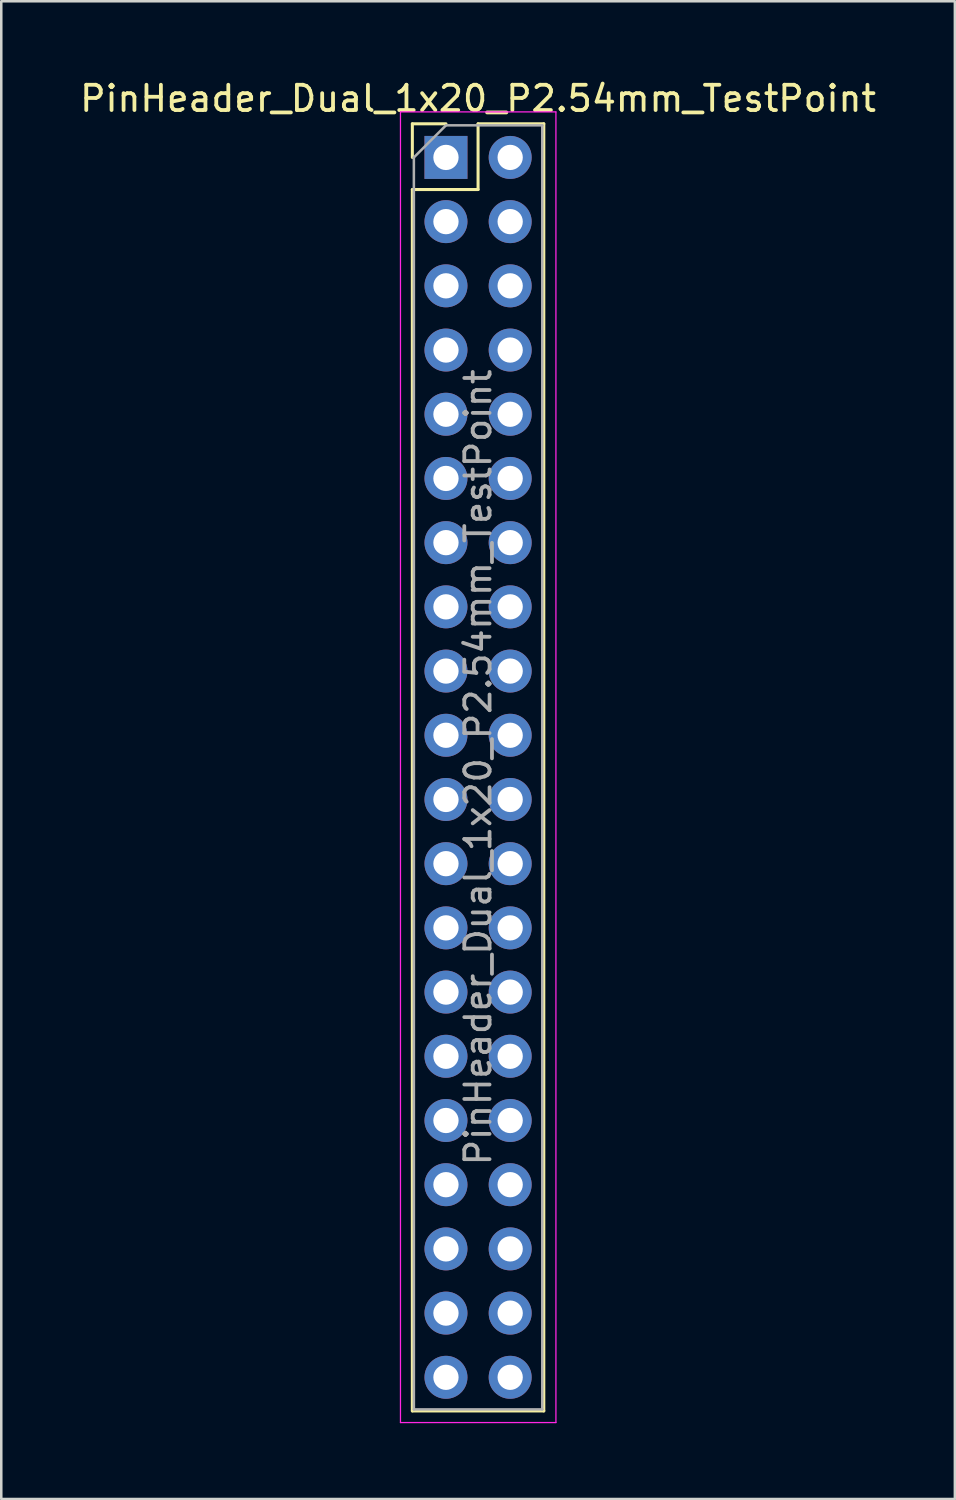
<source format=kicad_pcb>
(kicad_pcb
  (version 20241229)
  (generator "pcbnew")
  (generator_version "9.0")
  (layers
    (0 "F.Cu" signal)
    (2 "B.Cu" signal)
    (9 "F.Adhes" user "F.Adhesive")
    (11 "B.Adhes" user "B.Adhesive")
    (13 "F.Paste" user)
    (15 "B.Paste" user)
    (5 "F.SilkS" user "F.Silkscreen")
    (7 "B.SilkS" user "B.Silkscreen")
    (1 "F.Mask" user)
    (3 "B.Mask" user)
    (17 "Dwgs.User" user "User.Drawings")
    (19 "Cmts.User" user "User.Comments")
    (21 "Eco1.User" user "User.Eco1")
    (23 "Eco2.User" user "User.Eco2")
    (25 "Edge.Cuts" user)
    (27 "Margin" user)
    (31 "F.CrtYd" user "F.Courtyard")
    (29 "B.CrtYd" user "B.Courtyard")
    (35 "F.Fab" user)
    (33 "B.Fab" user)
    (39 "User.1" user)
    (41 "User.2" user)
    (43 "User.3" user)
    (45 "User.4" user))
  (footprint "PinHeader_Dual_1x20_P2.54mm_TestPoint"
    (layer "F.Cu")
    (at 14.593 3.178)
    (property "Reference" "PinHeader_Dual_1x20_P2.54mm_TestPoint" (at 1.27 -2.33 0) (layer "F.SilkS") (effects (font (size 1 1) (thickness 0.15))))
    (attr through_hole)
    (fp_line (start -1.33 -1.33) (end 0 -1.33) (stroke (width 0.12) (type solid)) (layer "F.SilkS"))
    (fp_line (start -1.33 0) (end -1.33 -1.33) (stroke (width 0.12) (type solid)) (layer "F.SilkS"))
    (fp_line (start -1.33 1.27) (end -1.33 49.59) (stroke (width 0.12) (type solid)) (layer "F.SilkS"))
    (fp_line (start -1.33 1.27) (end 1.27 1.27) (stroke (width 0.12) (type solid)) (layer "F.SilkS"))
    (fp_line (start -1.33 49.59) (end 3.87 49.59) (stroke (width 0.12) (type solid)) (layer "F.SilkS"))
    (fp_line (start 1.27 -1.33) (end 3.87 -1.33) (stroke (width 0.12) (type solid)) (layer "F.SilkS"))
    (fp_line (start 1.27 1.27) (end 1.27 -1.33) (stroke (width 0.12) (type solid)) (layer "F.SilkS"))
    (fp_line (start 3.87 -1.33) (end 3.87 49.59) (stroke (width 0.12) (type solid)) (layer "F.SilkS"))
    (fp_line (start -1.8 -1.8) (end -1.8 50.05) (stroke (width 0.05) (type solid)) (layer "F.CrtYd"))
    (fp_line (start -1.8 50.05) (end 4.35 50.05) (stroke (width 0.05) (type solid)) (layer "F.CrtYd"))
    (fp_line (start 4.35 -1.8) (end -1.8 -1.8) (stroke (width 0.05) (type solid)) (layer "F.CrtYd"))
    (fp_line (start 4.35 50.05) (end 4.35 -1.8) (stroke (width 0.05) (type solid)) (layer "F.CrtYd"))
    (fp_line (start -1.27 0) (end 0 -1.27) (stroke (width 0.1) (type solid)) (layer "F.Fab"))
    (fp_line (start -1.27 49.53) (end -1.27 0) (stroke (width 0.1) (type solid)) (layer "F.Fab"))
    (fp_line (start 0 -1.27) (end 3.81 -1.27) (stroke (width 0.1) (type solid)) (layer "F.Fab"))
    (fp_line (start 3.81 -1.27) (end 3.81 49.53) (stroke (width 0.1) (type solid)) (layer "F.Fab"))
    (fp_line (start 3.81 49.53) (end -1.27 49.53) (stroke (width 0.1) (type solid)) (layer "F.Fab"))
    (fp_text user "${REFERENCE}" (at 1.27 24.13 90) (layer "F.Fab") (effects (font (size 1 1) (thickness 0.15))))
    (pad "1" thru_hole rect (at 0 0) (size 1.7 1.7) (drill 1) (layers "*.Cu" "*.Mask"))
    (pad "2" thru_hole oval (at 2.54 0) (size 1.7 1.7) (drill 1) (layers "*.Cu" "*.Mask"))
    (pad "3" thru_hole oval (at 0 2.54) (size 1.7 1.7) (drill 1) (layers "*.Cu" "*.Mask"))
    (pad "4" thru_hole oval (at 2.54 2.54) (size 1.7 1.7) (drill 1) (layers "*.Cu" "*.Mask"))
    (pad "5" thru_hole oval (at 0 5.08) (size 1.7 1.7) (drill 1) (layers "*.Cu" "*.Mask"))
    (pad "6" thru_hole oval (at 2.54 5.08) (size 1.7 1.7) (drill 1) (layers "*.Cu" "*.Mask"))
    (pad "7" thru_hole oval (at 0 7.62) (size 1.7 1.7) (drill 1) (layers "*.Cu" "*.Mask"))
    (pad "8" thru_hole oval (at 2.54 7.62) (size 1.7 1.7) (drill 1) (layers "*.Cu" "*.Mask"))
    (pad "9" thru_hole oval (at 0 10.16) (size 1.7 1.7) (drill 1) (layers "*.Cu" "*.Mask"))
    (pad "10" thru_hole oval (at 2.54 10.16) (size 1.7 1.7) (drill 1) (layers "*.Cu" "*.Mask"))
    (pad "11" thru_hole oval (at 0 12.7) (size 1.7 1.7) (drill 1) (layers "*.Cu" "*.Mask"))
    (pad "12" thru_hole oval (at 2.54 12.7) (size 1.7 1.7) (drill 1) (layers "*.Cu" "*.Mask"))
    (pad "13" thru_hole oval (at 0 15.24) (size 1.7 1.7) (drill 1) (layers "*.Cu" "*.Mask"))
    (pad "14" thru_hole oval (at 2.54 15.24) (size 1.7 1.7) (drill 1) (layers "*.Cu" "*.Mask"))
    (pad "15" thru_hole oval (at 0 17.78) (size 1.7 1.7) (drill 1) (layers "*.Cu" "*.Mask"))
    (pad "16" thru_hole oval (at 2.54 17.78) (size 1.7 1.7) (drill 1) (layers "*.Cu" "*.Mask"))
    (pad "17" thru_hole oval (at 0 20.32) (size 1.7 1.7) (drill 1) (layers "*.Cu" "*.Mask"))
    (pad "18" thru_hole oval (at 2.54 20.32) (size 1.7 1.7) (drill 1) (layers "*.Cu" "*.Mask"))
    (pad "19" thru_hole oval (at 0 22.86) (size 1.7 1.7) (drill 1) (layers "*.Cu" "*.Mask"))
    (pad "20" thru_hole oval (at 2.54 22.86) (size 1.7 1.7) (drill 1) (layers "*.Cu" "*.Mask"))
    (pad "21" thru_hole oval (at 0 25.4) (size 1.7 1.7) (drill 1) (layers "*.Cu" "*.Mask"))
    (pad "22" thru_hole oval (at 2.54 25.4) (size 1.7 1.7) (drill 1) (layers "*.Cu" "*.Mask"))
    (pad "23" thru_hole oval (at 0 27.94) (size 1.7 1.7) (drill 1) (layers "*.Cu" "*.Mask"))
    (pad "24" thru_hole oval (at 2.54 27.94) (size 1.7 1.7) (drill 1) (layers "*.Cu" "*.Mask"))
    (pad "25" thru_hole oval (at 0 30.48) (size 1.7 1.7) (drill 1) (layers "*.Cu" "*.Mask"))
    (pad "26" thru_hole oval (at 2.54 30.48) (size 1.7 1.7) (drill 1) (layers "*.Cu" "*.Mask"))
    (pad "27" thru_hole oval (at 0 33.02) (size 1.7 1.7) (drill 1) (layers "*.Cu" "*.Mask"))
    (pad "28" thru_hole oval (at 2.54 33.02) (size 1.7 1.7) (drill 1) (layers "*.Cu" "*.Mask"))
    (pad "29" thru_hole oval (at 0 35.56) (size 1.7 1.7) (drill 1) (layers "*.Cu" "*.Mask"))
    (pad "30" thru_hole oval (at 2.54 35.56) (size 1.7 1.7) (drill 1) (layers "*.Cu" "*.Mask"))
    (pad "31" thru_hole oval (at 0 38.1) (size 1.7 1.7) (drill 1) (layers "*.Cu" "*.Mask"))
    (pad "32" thru_hole oval (at 2.54 38.1) (size 1.7 1.7) (drill 1) (layers "*.Cu" "*.Mask"))
    (pad "33" thru_hole oval (at 0 40.64) (size 1.7 1.7) (drill 1) (layers "*.Cu" "*.Mask"))
    (pad "34" thru_hole oval (at 2.54 40.64) (size 1.7 1.7) (drill 1) (layers "*.Cu" "*.Mask"))
    (pad "35" thru_hole oval (at 0 43.18) (size 1.7 1.7) (drill 1) (layers "*.Cu" "*.Mask"))
    (pad "36" thru_hole oval (at 2.54 43.18) (size 1.7 1.7) (drill 1) (layers "*.Cu" "*.Mask"))
    (pad "37" thru_hole oval (at 0 45.72) (size 1.7 1.7) (drill 1) (layers "*.Cu" "*.Mask"))
    (pad "38" thru_hole oval (at 2.54 45.72) (size 1.7 1.7) (drill 1) (layers "*.Cu" "*.Mask"))
    (pad "39" thru_hole oval (at 0 48.26) (size 1.7 1.7) (drill 1) (layers "*.Cu" "*.Mask"))
    (pad "40" thru_hole oval (at 2.54 48.26) (size 1.7 1.7) (drill 1) (layers "*.Cu" "*.Mask")))
  (gr_rect
    (start -3 -3)
    (end 34.726 56.253)
    (stroke (width 0.1) (type default))
    (fill no)
    (layer "Edge.Cuts")))
</source>
